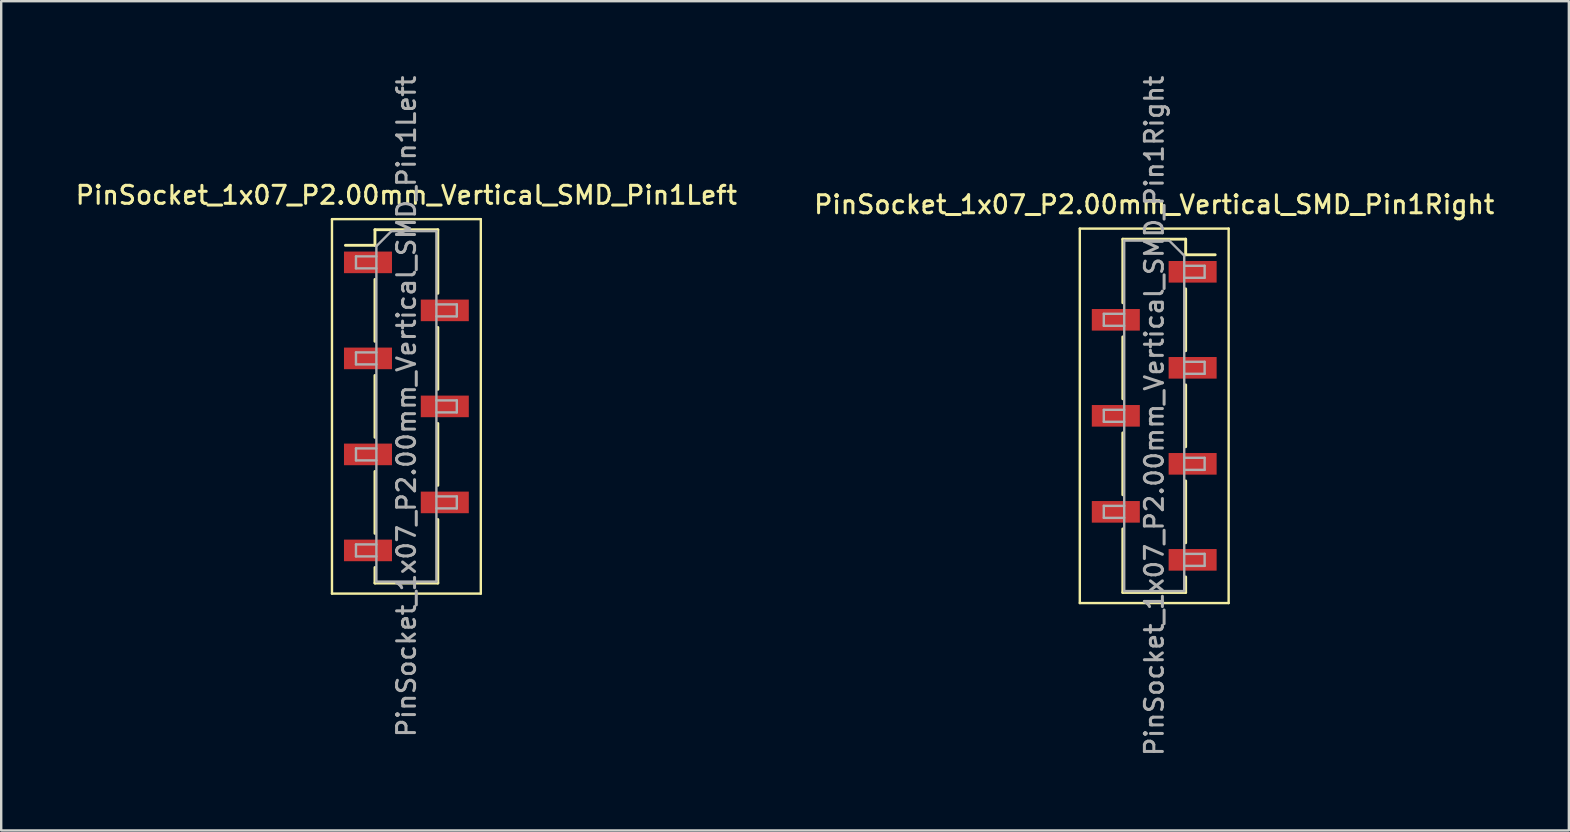
<source format=kicad_pcb>
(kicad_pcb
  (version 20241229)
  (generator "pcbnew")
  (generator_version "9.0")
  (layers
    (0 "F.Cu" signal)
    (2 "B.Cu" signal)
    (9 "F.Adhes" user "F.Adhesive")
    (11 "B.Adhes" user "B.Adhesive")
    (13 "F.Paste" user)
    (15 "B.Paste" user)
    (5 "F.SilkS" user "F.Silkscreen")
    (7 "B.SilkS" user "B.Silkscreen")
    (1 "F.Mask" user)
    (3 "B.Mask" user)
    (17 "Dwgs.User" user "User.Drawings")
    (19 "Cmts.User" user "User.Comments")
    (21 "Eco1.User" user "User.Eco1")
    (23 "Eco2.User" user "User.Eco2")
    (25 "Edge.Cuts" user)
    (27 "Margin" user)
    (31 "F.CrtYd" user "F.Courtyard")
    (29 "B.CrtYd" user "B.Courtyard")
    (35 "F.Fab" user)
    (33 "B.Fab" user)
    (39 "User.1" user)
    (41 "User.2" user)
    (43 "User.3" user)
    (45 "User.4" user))
  (footprint "PinSocket_1x07_P2.00mm_Vertical_SMD_Pin1Right"
    (layer "F.Cu")
    (at 45.034 14.273)
    (property "Reference" "PinSocket_1x07_P2.00mm_Vertical_SMD_Pin1Right" (at 0 -8.8 0) (layer "F.SilkS") (effects (font (size 0.75 0.75) (thickness 0.125))))
    (attr smd)
    (fp_line (start -3.1 -7.8) (end 3.1 -7.8) (stroke (width 0.1) (type solid)) (layer "F.SilkS"))
    (fp_line (start -3.1 7.8) (end -3.1 -7.8) (stroke (width 0.1) (type solid)) (layer "F.SilkS"))
    (fp_line (start -1.31 -7.36) (end -1.31 -4.71) (stroke (width 0.12) (type solid)) (layer "F.SilkS"))
    (fp_line (start -1.31 -7.36) (end 1.31 -7.36) (stroke (width 0.12) (type solid)) (layer "F.SilkS"))
    (fp_line (start -1.31 -3.29) (end -1.31 -0.71) (stroke (width 0.12) (type solid)) (layer "F.SilkS"))
    (fp_line (start -1.31 0.71) (end -1.31 3.29) (stroke (width 0.12) (type solid)) (layer "F.SilkS"))
    (fp_line (start -1.31 4.71) (end -1.31 7.36) (stroke (width 0.12) (type solid)) (layer "F.SilkS"))
    (fp_line (start -1.31 7.36) (end 1.31 7.36) (stroke (width 0.12) (type solid)) (layer "F.SilkS"))
    (fp_line (start 1.31 -7.36) (end 1.31 -6.71) (stroke (width 0.12) (type solid)) (layer "F.SilkS"))
    (fp_line (start 1.31 -6.71) (end 2.54 -6.71) (stroke (width 0.12) (type solid)) (layer "F.SilkS"))
    (fp_line (start 1.31 -5.29) (end 1.31 -2.71) (stroke (width 0.12) (type solid)) (layer "F.SilkS"))
    (fp_line (start 1.31 -1.29) (end 1.31 1.29) (stroke (width 0.12) (type solid)) (layer "F.SilkS"))
    (fp_line (start 1.31 2.71) (end 1.31 5.29) (stroke (width 0.12) (type solid)) (layer "F.SilkS"))
    (fp_line (start 1.31 6.71) (end 1.31 7.36) (stroke (width 0.12) (type solid)) (layer "F.SilkS"))
    (fp_line (start 3.1 -7.8) (end 3.1 7.8) (stroke (width 0.1) (type solid)) (layer "F.SilkS"))
    (fp_line (start 3.1 7.8) (end -3.1 7.8) (stroke (width 0.1) (type solid)) (layer "F.SilkS"))
    (fp_line (start -2.1 -4.25) (end -1.25 -4.25) (stroke (width 0.1) (type solid)) (layer "F.Fab"))
    (fp_line (start -2.1 -3.75) (end -2.1 -4.25) (stroke (width 0.1) (type solid)) (layer "F.Fab"))
    (fp_line (start -2.1 -0.25) (end -1.25 -0.25) (stroke (width 0.1) (type solid)) (layer "F.Fab"))
    (fp_line (start -2.1 0.25) (end -2.1 -0.25) (stroke (width 0.1) (type solid)) (layer "F.Fab"))
    (fp_line (start -2.1 3.75) (end -1.25 3.75) (stroke (width 0.1) (type solid)) (layer "F.Fab"))
    (fp_line (start -2.1 4.25) (end -2.1 3.75) (stroke (width 0.1) (type solid)) (layer "F.Fab"))
    (fp_line (start -1.25 -7.3) (end 0.625 -7.3) (stroke (width 0.1) (type solid)) (layer "F.Fab"))
    (fp_line (start -1.25 -3.75) (end -2.1 -3.75) (stroke (width 0.1) (type solid)) (layer "F.Fab"))
    (fp_line (start -1.25 0.25) (end -2.1 0.25) (stroke (width 0.1) (type solid)) (layer "F.Fab"))
    (fp_line (start -1.25 4.25) (end -2.1 4.25) (stroke (width 0.1) (type solid)) (layer "F.Fab"))
    (fp_line (start -1.25 7.3) (end -1.25 -7.3) (stroke (width 0.1) (type solid)) (layer "F.Fab"))
    (fp_line (start 0.625 -7.3) (end 1.25 -6.675) (stroke (width 0.1) (type solid)) (layer "F.Fab"))
    (fp_line (start 1.25 -6.675) (end 1.25 7.3) (stroke (width 0.1) (type solid)) (layer "F.Fab"))
    (fp_line (start 1.25 -6.25) (end 2.1 -6.25) (stroke (width 0.1) (type solid)) (layer "F.Fab"))
    (fp_line (start 1.25 -2.25) (end 2.1 -2.25) (stroke (width 0.1) (type solid)) (layer "F.Fab"))
    (fp_line (start 1.25 1.75) (end 2.1 1.75) (stroke (width 0.1) (type solid)) (layer "F.Fab"))
    (fp_line (start 1.25 5.75) (end 2.1 5.75) (stroke (width 0.1) (type solid)) (layer "F.Fab"))
    (fp_line (start 1.25 7.3) (end -1.25 7.3) (stroke (width 0.1) (type solid)) (layer "F.Fab"))
    (fp_line (start 2.1 -6.25) (end 2.1 -5.75) (stroke (width 0.1) (type solid)) (layer "F.Fab"))
    (fp_line (start 2.1 -5.75) (end 1.25 -5.75) (stroke (width 0.1) (type solid)) (layer "F.Fab"))
    (fp_line (start 2.1 -2.25) (end 2.1 -1.75) (stroke (width 0.1) (type solid)) (layer "F.Fab"))
    (fp_line (start 2.1 -1.75) (end 1.25 -1.75) (stroke (width 0.1) (type solid)) (layer "F.Fab"))
    (fp_line (start 2.1 1.75) (end 2.1 2.25) (stroke (width 0.1) (type solid)) (layer "F.Fab"))
    (fp_line (start 2.1 2.25) (end 1.25 2.25) (stroke (width 0.1) (type solid)) (layer "F.Fab"))
    (fp_line (start 2.1 5.75) (end 2.1 6.25) (stroke (width 0.1) (type solid)) (layer "F.Fab"))
    (fp_line (start 2.1 6.25) (end 1.25 6.25) (stroke (width 0.1) (type solid)) (layer "F.Fab"))
    (fp_text user "${REFERENCE}" (at 0 0 90) (layer "F.Fab") (effects (font (size 0.75 0.75) (thickness 0.125))))
    (pad "1" smd rect (at 1.6 -6) (size 2 0.9) (layers "F.Cu" "F.Mask" "F.Paste"))
    (pad "2" smd rect (at -1.6 -4) (size 2 0.9) (layers "F.Cu" "F.Mask" "F.Paste"))
    (pad "3" smd rect (at 1.6 -2) (size 2 0.9) (layers "F.Cu" "F.Mask" "F.Paste"))
    (pad "4" smd rect (at -1.6 0) (size 2 0.9) (layers "F.Cu" "F.Mask" "F.Paste"))
    (pad "5" smd rect (at 1.6 2) (size 2 0.9) (layers "F.Cu" "F.Mask" "F.Paste"))
    (pad "6" smd rect (at -1.6 4) (size 2 0.9) (layers "F.Cu" "F.Mask" "F.Paste"))
    (pad "7" smd rect (at 1.6 6) (size 2 0.9) (layers "F.Cu" "F.Mask" "F.Paste")))
  (footprint "PinSocket_1x07_P2.00mm_Vertical_SMD_Pin1Left"
    (layer "F.Cu")
    (at 13.88 13.88)
    (property "Reference" "PinSocket_1x07_P2.00mm_Vertical_SMD_Pin1Left" (at 0 -8.8 0) (layer "F.SilkS") (effects (font (size 0.75 0.75) (thickness 0.125))))
    (attr smd)
    (fp_line (start -3.1 -7.8) (end 3.1 -7.8) (stroke (width 0.1) (type solid)) (layer "F.SilkS"))
    (fp_line (start -3.1 7.8) (end -3.1 -7.8) (stroke (width 0.1) (type solid)) (layer "F.SilkS"))
    (fp_line (start -2.54 -6.71) (end -1.31 -6.71) (stroke (width 0.12) (type solid)) (layer "F.SilkS"))
    (fp_line (start -1.31 -7.36) (end -1.31 -6.71) (stroke (width 0.12) (type solid)) (layer "F.SilkS"))
    (fp_line (start -1.31 -7.36) (end 1.31 -7.36) (stroke (width 0.12) (type solid)) (layer "F.SilkS"))
    (fp_line (start -1.31 -5.29) (end -1.31 -2.71) (stroke (width 0.12) (type solid)) (layer "F.SilkS"))
    (fp_line (start -1.31 -1.29) (end -1.31 1.29) (stroke (width 0.12) (type solid)) (layer "F.SilkS"))
    (fp_line (start -1.31 2.71) (end -1.31 5.29) (stroke (width 0.12) (type solid)) (layer "F.SilkS"))
    (fp_line (start -1.31 6.71) (end -1.31 7.36) (stroke (width 0.12) (type solid)) (layer "F.SilkS"))
    (fp_line (start -1.31 7.36) (end 1.31 7.36) (stroke (width 0.12) (type solid)) (layer "F.SilkS"))
    (fp_line (start 1.31 -7.36) (end 1.31 -4.71) (stroke (width 0.12) (type solid)) (layer "F.SilkS"))
    (fp_line (start 1.31 -3.29) (end 1.31 -0.71) (stroke (width 0.12) (type solid)) (layer "F.SilkS"))
    (fp_line (start 1.31 0.71) (end 1.31 3.29) (stroke (width 0.12) (type solid)) (layer "F.SilkS"))
    (fp_line (start 1.31 4.71) (end 1.31 7.36) (stroke (width 0.12) (type solid)) (layer "F.SilkS"))
    (fp_line (start 3.1 -7.8) (end 3.1 7.8) (stroke (width 0.1) (type solid)) (layer "F.SilkS"))
    (fp_line (start 3.1 7.8) (end -3.1 7.8) (stroke (width 0.1) (type solid)) (layer "F.SilkS"))
    (fp_line (start -2.1 -6.25) (end -1.25 -6.25) (stroke (width 0.1) (type solid)) (layer "F.Fab"))
    (fp_line (start -2.1 -5.75) (end -2.1 -6.25) (stroke (width 0.1) (type solid)) (layer "F.Fab"))
    (fp_line (start -2.1 -2.25) (end -1.25 -2.25) (stroke (width 0.1) (type solid)) (layer "F.Fab"))
    (fp_line (start -2.1 -1.75) (end -2.1 -2.25) (stroke (width 0.1) (type solid)) (layer "F.Fab"))
    (fp_line (start -2.1 1.75) (end -1.25 1.75) (stroke (width 0.1) (type solid)) (layer "F.Fab"))
    (fp_line (start -2.1 2.25) (end -2.1 1.75) (stroke (width 0.1) (type solid)) (layer "F.Fab"))
    (fp_line (start -2.1 5.75) (end -1.25 5.75) (stroke (width 0.1) (type solid)) (layer "F.Fab"))
    (fp_line (start -2.1 6.25) (end -2.1 5.75) (stroke (width 0.1) (type solid)) (layer "F.Fab"))
    (fp_line (start -1.25 -6.675) (end -0.625 -7.3) (stroke (width 0.1) (type solid)) (layer "F.Fab"))
    (fp_line (start -1.25 -5.75) (end -2.1 -5.75) (stroke (width 0.1) (type solid)) (layer "F.Fab"))
    (fp_line (start -1.25 -1.75) (end -2.1 -1.75) (stroke (width 0.1) (type solid)) (layer "F.Fab"))
    (fp_line (start -1.25 2.25) (end -2.1 2.25) (stroke (width 0.1) (type solid)) (layer "F.Fab"))
    (fp_line (start -1.25 6.25) (end -2.1 6.25) (stroke (width 0.1) (type solid)) (layer "F.Fab"))
    (fp_line (start -1.25 7.3) (end -1.25 -6.675) (stroke (width 0.1) (type solid)) (layer "F.Fab"))
    (fp_line (start -0.625 -7.3) (end 1.25 -7.3) (stroke (width 0.1) (type solid)) (layer "F.Fab"))
    (fp_line (start 1.25 -7.3) (end 1.25 7.3) (stroke (width 0.1) (type solid)) (layer "F.Fab"))
    (fp_line (start 1.25 -4.25) (end 2.1 -4.25) (stroke (width 0.1) (type solid)) (layer "F.Fab"))
    (fp_line (start 1.25 -0.25) (end 2.1 -0.25) (stroke (width 0.1) (type solid)) (layer "F.Fab"))
    (fp_line (start 1.25 3.75) (end 2.1 3.75) (stroke (width 0.1) (type solid)) (layer "F.Fab"))
    (fp_line (start 1.25 7.3) (end -1.25 7.3) (stroke (width 0.1) (type solid)) (layer "F.Fab"))
    (fp_line (start 2.1 -4.25) (end 2.1 -3.75) (stroke (width 0.1) (type solid)) (layer "F.Fab"))
    (fp_line (start 2.1 -3.75) (end 1.25 -3.75) (stroke (width 0.1) (type solid)) (layer "F.Fab"))
    (fp_line (start 2.1 -0.25) (end 2.1 0.25) (stroke (width 0.1) (type solid)) (layer "F.Fab"))
    (fp_line (start 2.1 0.25) (end 1.25 0.25) (stroke (width 0.1) (type solid)) (layer "F.Fab"))
    (fp_line (start 2.1 3.75) (end 2.1 4.25) (stroke (width 0.1) (type solid)) (layer "F.Fab"))
    (fp_line (start 2.1 4.25) (end 1.25 4.25) (stroke (width 0.1) (type solid)) (layer "F.Fab"))
    (fp_text user "${REFERENCE}" (at 0 0 90) (layer "F.Fab") (effects (font (size 0.75 0.75) (thickness 0.125))))
    (pad "1" smd rect (at -1.6 -6) (size 2 0.9) (layers "F.Cu" "F.Mask" "F.Paste"))
    (pad "2" smd rect (at 1.6 -4) (size 2 0.9) (layers "F.Cu" "F.Mask" "F.Paste"))
    (pad "3" smd rect (at -1.6 -2) (size 2 0.9) (layers "F.Cu" "F.Mask" "F.Paste"))
    (pad "4" smd rect (at 1.6 0) (size 2 0.9) (layers "F.Cu" "F.Mask" "F.Paste"))
    (pad "5" smd rect (at -1.6 2) (size 2 0.9) (layers "F.Cu" "F.Mask" "F.Paste"))
    (pad "6" smd rect (at 1.6 4) (size 2 0.9) (layers "F.Cu" "F.Mask" "F.Paste"))
    (pad "7" smd rect (at -1.6 6) (size 2 0.9) (layers "F.Cu" "F.Mask" "F.Paste")))
  (gr_rect
    (start -3 -3)
    (end 62.307 31.546)
    (stroke (width 0.1) (type default))
    (fill no)
    (layer "Edge.Cuts")))
</source>
